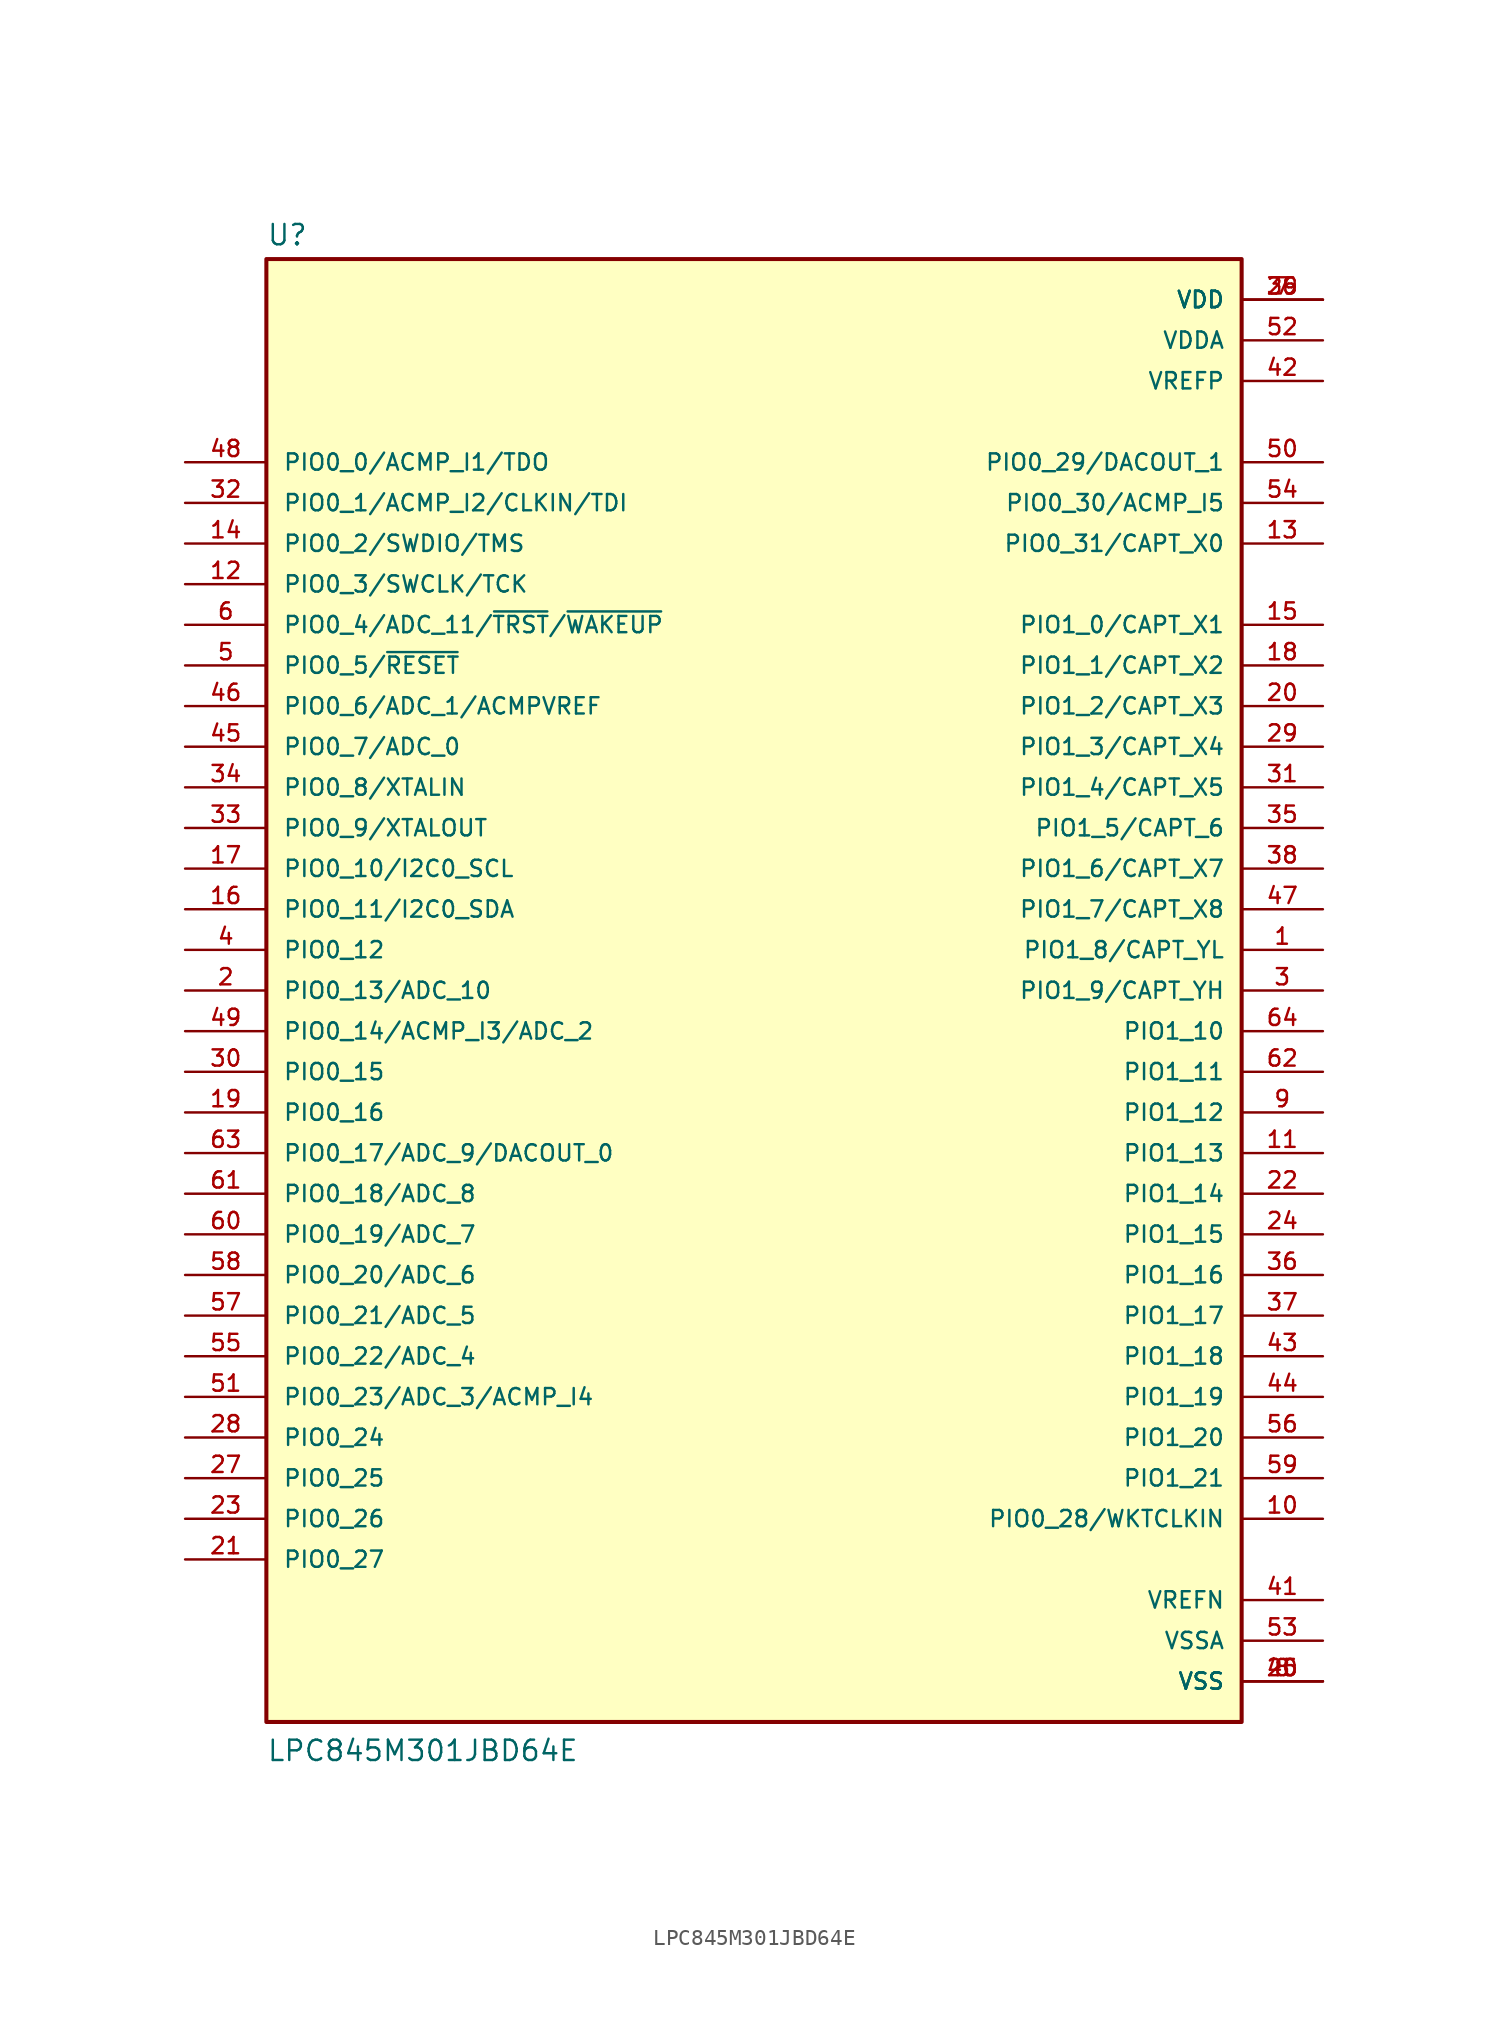
<source format=kicad_sym>
(kicad_symbol_lib
  (version 20211014)
  (generator kicad_symbol_editor)
  (symbol "LPC845M301JBD64E"
    (pin_names
      (offset 1.016))
    (property "Reference" "U"
      (at -30.48 46.482 0)
      (effects (font (size 1.27 1.27)) (justify bottom left)))
    (property "Value" "LPC845M301JBD64E"
      (at -30.48 -48.26 0)
      (effects (font (size 1.27 1.27)) (justify bottom left)))
    (symbol "LPC845M301JBD64E_0_0"
      (rectangle (start -30.48 -45.72) (end 30.48 45.72) (stroke (width 0.254)) (fill (type background)))
      (pin bidirectional line (at 35.56 2.54 180.0) (length 5.08) (name "PIO1_8/CAPT_YL" (effects (font (size 1.016 1.016)))) (number "1" (effects (font (size 1.016 1.016)))))
      (pin bidirectional line (at -35.56 0.0 0) (length 5.08) (name "PIO0_13/ADC_10" (effects (font (size 1.016 1.016)))) (number "2" (effects (font (size 1.016 1.016)))))
      (pin bidirectional line (at 35.56 0.0 180.0) (length 5.08) (name "PIO1_9/CAPT_YH" (effects (font (size 1.016 1.016)))) (number "3" (effects (font (size 1.016 1.016)))))
      (pin bidirectional line (at -35.56 2.54 0) (length 5.08) (name "PIO0_12" (effects (font (size 1.016 1.016)))) (number "4" (effects (font (size 1.016 1.016)))))
      (pin bidirectional line (at -35.56 20.32 0) (length 5.08) (name "PIO0_5/~{RESET}" (effects (font (size 1.016 1.016)))) (number "5" (effects (font (size 1.016 1.016)))))
      (pin bidirectional line (at -35.56 22.86 0) (length 5.08) (name "PIO0_4/ADC_11/~{TRST}/~{WAKEUP}" (effects (font (size 1.016 1.016)))) (number "6" (effects (font (size 1.016 1.016)))))
      (pin power_in line (at 35.56 43.18 180.0) (length 5.08) (name "VDD" (effects (font (size 1.016 1.016)))) (number "7" (effects (font (size 1.016 1.016)))))
      (pin power_in line (at 35.56 43.18 180.0) (length 5.08) (name "VDD" (effects (font (size 1.016 1.016)))) (number "26" (effects (font (size 1.016 1.016)))))
      (pin power_in line (at 35.56 43.18 180.0) (length 5.08) (name "VDD" (effects (font (size 1.016 1.016)))) (number "39" (effects (font (size 1.016 1.016)))))
      (pin power_in line (at 35.56 -43.18 180.0) (length 5.08) (name "VSS" (effects (font (size 1.016 1.016)))) (number "8" (effects (font (size 1.016 1.016)))))
      (pin power_in line (at 35.56 -43.18 180.0) (length 5.08) (name "VSS" (effects (font (size 1.016 1.016)))) (number "25" (effects (font (size 1.016 1.016)))))
      (pin power_in line (at 35.56 -43.18 180.0) (length 5.08) (name "VSS" (effects (font (size 1.016 1.016)))) (number "40" (effects (font (size 1.016 1.016)))))
      (pin bidirectional line (at 35.56 -7.62 180.0) (length 5.08) (name "PIO1_12" (effects (font (size 1.016 1.016)))) (number "9" (effects (font (size 1.016 1.016)))))
      (pin bidirectional line (at 35.56 -33.02 180.0) (length 5.08) (name "PIO0_28/WKTCLKIN" (effects (font (size 1.016 1.016)))) (number "10" (effects (font (size 1.016 1.016)))))
      (pin bidirectional line (at 35.56 -10.16 180.0) (length 5.08) (name "PIO1_13" (effects (font (size 1.016 1.016)))) (number "11" (effects (font (size 1.016 1.016)))))
      (pin bidirectional line (at -35.56 25.4 0) (length 5.08) (name "PIO0_3/SWCLK/TCK" (effects (font (size 1.016 1.016)))) (number "12" (effects (font (size 1.016 1.016)))))
      (pin bidirectional line (at 35.56 27.94 180.0) (length 5.08) (name "PIO0_31/CAPT_X0" (effects (font (size 1.016 1.016)))) (number "13" (effects (font (size 1.016 1.016)))))
      (pin bidirectional line (at -35.56 27.94 0) (length 5.08) (name "PIO0_2/SWDIO/TMS" (effects (font (size 1.016 1.016)))) (number "14" (effects (font (size 1.016 1.016)))))
      (pin bidirectional line (at 35.56 22.86 180.0) (length 5.08) (name "PIO1_0/CAPT_X1" (effects (font (size 1.016 1.016)))) (number "15" (effects (font (size 1.016 1.016)))))
      (pin bidirectional line (at -35.56 5.08 0) (length 5.08) (name "PIO0_11/I2C0_SDA" (effects (font (size 1.016 1.016)))) (number "16" (effects (font (size 1.016 1.016)))))
      (pin bidirectional line (at -35.56 7.62 0) (length 5.08) (name "PIO0_10/I2C0_SCL" (effects (font (size 1.016 1.016)))) (number "17" (effects (font (size 1.016 1.016)))))
      (pin bidirectional line (at 35.56 20.32 180.0) (length 5.08) (name "PIO1_1/CAPT_X2" (effects (font (size 1.016 1.016)))) (number "18" (effects (font (size 1.016 1.016)))))
      (pin bidirectional line (at -35.56 -7.62 0) (length 5.08) (name "PIO0_16" (effects (font (size 1.016 1.016)))) (number "19" (effects (font (size 1.016 1.016)))))
      (pin bidirectional line (at 35.56 17.78 180.0) (length 5.08) (name "PIO1_2/CAPT_X3" (effects (font (size 1.016 1.016)))) (number "20" (effects (font (size 1.016 1.016)))))
      (pin bidirectional line (at -35.56 -35.56 0) (length 5.08) (name "PIO0_27" (effects (font (size 1.016 1.016)))) (number "21" (effects (font (size 1.016 1.016)))))
      (pin bidirectional line (at 35.56 -12.7 180.0) (length 5.08) (name "PIO1_14" (effects (font (size 1.016 1.016)))) (number "22" (effects (font (size 1.016 1.016)))))
      (pin bidirectional line (at -35.56 -33.02 0) (length 5.08) (name "PIO0_26" (effects (font (size 1.016 1.016)))) (number "23" (effects (font (size 1.016 1.016)))))
      (pin bidirectional line (at 35.56 -15.24 180.0) (length 5.08) (name "PIO1_15" (effects (font (size 1.016 1.016)))) (number "24" (effects (font (size 1.016 1.016)))))
      (pin bidirectional line (at -35.56 -30.48 0) (length 5.08) (name "PIO0_25" (effects (font (size 1.016 1.016)))) (number "27" (effects (font (size 1.016 1.016)))))
      (pin bidirectional line (at -35.56 -27.94 0) (length 5.08) (name "PIO0_24" (effects (font (size 1.016 1.016)))) (number "28" (effects (font (size 1.016 1.016)))))
      (pin bidirectional line (at 35.56 15.24 180.0) (length 5.08) (name "PIO1_3/CAPT_X4" (effects (font (size 1.016 1.016)))) (number "29" (effects (font (size 1.016 1.016)))))
      (pin bidirectional line (at -35.56 -5.08 0) (length 5.08) (name "PIO0_15" (effects (font (size 1.016 1.016)))) (number "30" (effects (font (size 1.016 1.016)))))
      (pin bidirectional line (at 35.56 12.7 180.0) (length 5.08) (name "PIO1_4/CAPT_X5" (effects (font (size 1.016 1.016)))) (number "31" (effects (font (size 1.016 1.016)))))
      (pin bidirectional line (at -35.56 30.48 0) (length 5.08) (name "PIO0_1/ACMP_I2/CLKIN/TDI" (effects (font (size 1.016 1.016)))) (number "32" (effects (font (size 1.016 1.016)))))
      (pin bidirectional line (at -35.56 10.16 0) (length 5.08) (name "PIO0_9/XTALOUT" (effects (font (size 1.016 1.016)))) (number "33" (effects (font (size 1.016 1.016)))))
      (pin bidirectional line (at -35.56 12.7 0) (length 5.08) (name "PIO0_8/XTALIN" (effects (font (size 1.016 1.016)))) (number "34" (effects (font (size 1.016 1.016)))))
      (pin bidirectional line (at 35.56 10.16 180.0) (length 5.08) (name "PIO1_5/CAPT_6" (effects (font (size 1.016 1.016)))) (number "35" (effects (font (size 1.016 1.016)))))
      (pin bidirectional line (at 35.56 -17.78 180.0) (length 5.08) (name "PIO1_16" (effects (font (size 1.016 1.016)))) (number "36" (effects (font (size 1.016 1.016)))))
      (pin bidirectional line (at 35.56 -20.32 180.0) (length 5.08) (name "PIO1_17" (effects (font (size 1.016 1.016)))) (number "37" (effects (font (size 1.016 1.016)))))
      (pin bidirectional line (at 35.56 7.62 180.0) (length 5.08) (name "PIO1_6/CAPT_X7" (effects (font (size 1.016 1.016)))) (number "38" (effects (font (size 1.016 1.016)))))
      (pin power_in line (at 35.56 -38.1 180.0) (length 5.08) (name "VREFN" (effects (font (size 1.016 1.016)))) (number "41" (effects (font (size 1.016 1.016)))))
      (pin power_in line (at 35.56 38.1 180.0) (length 5.08) (name "VREFP" (effects (font (size 1.016 1.016)))) (number "42" (effects (font (size 1.016 1.016)))))
      (pin bidirectional line (at 35.56 -22.86 180.0) (length 5.08) (name "PIO1_18" (effects (font (size 1.016 1.016)))) (number "43" (effects (font (size 1.016 1.016)))))
      (pin bidirectional line (at 35.56 -25.4 180.0) (length 5.08) (name "PIO1_19" (effects (font (size 1.016 1.016)))) (number "44" (effects (font (size 1.016 1.016)))))
      (pin bidirectional line (at -35.56 15.24 0) (length 5.08) (name "PIO0_7/ADC_0" (effects (font (size 1.016 1.016)))) (number "45" (effects (font (size 1.016 1.016)))))
      (pin bidirectional line (at -35.56 17.78 0) (length 5.08) (name "PIO0_6/ADC_1/ACMPVREF" (effects (font (size 1.016 1.016)))) (number "46" (effects (font (size 1.016 1.016)))))
      (pin bidirectional line (at 35.56 5.08 180.0) (length 5.08) (name "PIO1_7/CAPT_X8" (effects (font (size 1.016 1.016)))) (number "47" (effects (font (size 1.016 1.016)))))
      (pin bidirectional line (at -35.56 33.02 0) (length 5.08) (name "PIO0_0/ACMP_I1/TDO" (effects (font (size 1.016 1.016)))) (number "48" (effects (font (size 1.016 1.016)))))
      (pin bidirectional line (at -35.56 -2.54 0) (length 5.08) (name "PIO0_14/ACMP_I3/ADC_2" (effects (font (size 1.016 1.016)))) (number "49" (effects (font (size 1.016 1.016)))))
      (pin bidirectional line (at 35.56 33.02 180.0) (length 5.08) (name "PIO0_29/DACOUT_1" (effects (font (size 1.016 1.016)))) (number "50" (effects (font (size 1.016 1.016)))))
      (pin bidirectional line (at -35.56 -25.4 0) (length 5.08) (name "PIO0_23/ADC_3/ACMP_I4" (effects (font (size 1.016 1.016)))) (number "51" (effects (font (size 1.016 1.016)))))
      (pin power_in line (at 35.56 40.64 180.0) (length 5.08) (name "VDDA" (effects (font (size 1.016 1.016)))) (number "52" (effects (font (size 1.016 1.016)))))
      (pin power_in line (at 35.56 -40.64 180.0) (length 5.08) (name "VSSA" (effects (font (size 1.016 1.016)))) (number "53" (effects (font (size 1.016 1.016)))))
      (pin bidirectional line (at 35.56 30.48 180.0) (length 5.08) (name "PIO0_30/ACMP_I5" (effects (font (size 1.016 1.016)))) (number "54" (effects (font (size 1.016 1.016)))))
      (pin bidirectional line (at -35.56 -22.86 0) (length 5.08) (name "PIO0_22/ADC_4" (effects (font (size 1.016 1.016)))) (number "55" (effects (font (size 1.016 1.016)))))
      (pin bidirectional line (at 35.56 -27.94 180.0) (length 5.08) (name "PIO1_20" (effects (font (size 1.016 1.016)))) (number "56" (effects (font (size 1.016 1.016)))))
      (pin bidirectional line (at -35.56 -20.32 0) (length 5.08) (name "PIO0_21/ADC_5" (effects (font (size 1.016 1.016)))) (number "57" (effects (font (size 1.016 1.016)))))
      (pin bidirectional line (at -35.56 -17.78 0) (length 5.08) (name "PIO0_20/ADC_6" (effects (font (size 1.016 1.016)))) (number "58" (effects (font (size 1.016 1.016)))))
      (pin bidirectional line (at 35.56 -30.48 180.0) (length 5.08) (name "PIO1_21" (effects (font (size 1.016 1.016)))) (number "59" (effects (font (size 1.016 1.016)))))
      (pin bidirectional line (at -35.56 -15.24 0) (length 5.08) (name "PIO0_19/ADC_7" (effects (font (size 1.016 1.016)))) (number "60" (effects (font (size 1.016 1.016)))))
      (pin bidirectional line (at -35.56 -12.7 0) (length 5.08) (name "PIO0_18/ADC_8" (effects (font (size 1.016 1.016)))) (number "61" (effects (font (size 1.016 1.016)))))
      (pin bidirectional line (at 35.56 -5.08 180.0) (length 5.08) (name "PIO1_11" (effects (font (size 1.016 1.016)))) (number "62" (effects (font (size 1.016 1.016)))))
      (pin bidirectional line (at -35.56 -10.16 0) (length 5.08) (name "PIO0_17/ADC_9/DACOUT_0" (effects (font (size 1.016 1.016)))) (number "63" (effects (font (size 1.016 1.016)))))
      (pin bidirectional line (at 35.56 -2.54 180.0) (length 5.08) (name "PIO1_10" (effects (font (size 1.016 1.016)))) (number "64" (effects (font (size 1.016 1.016))))))))
</source>
